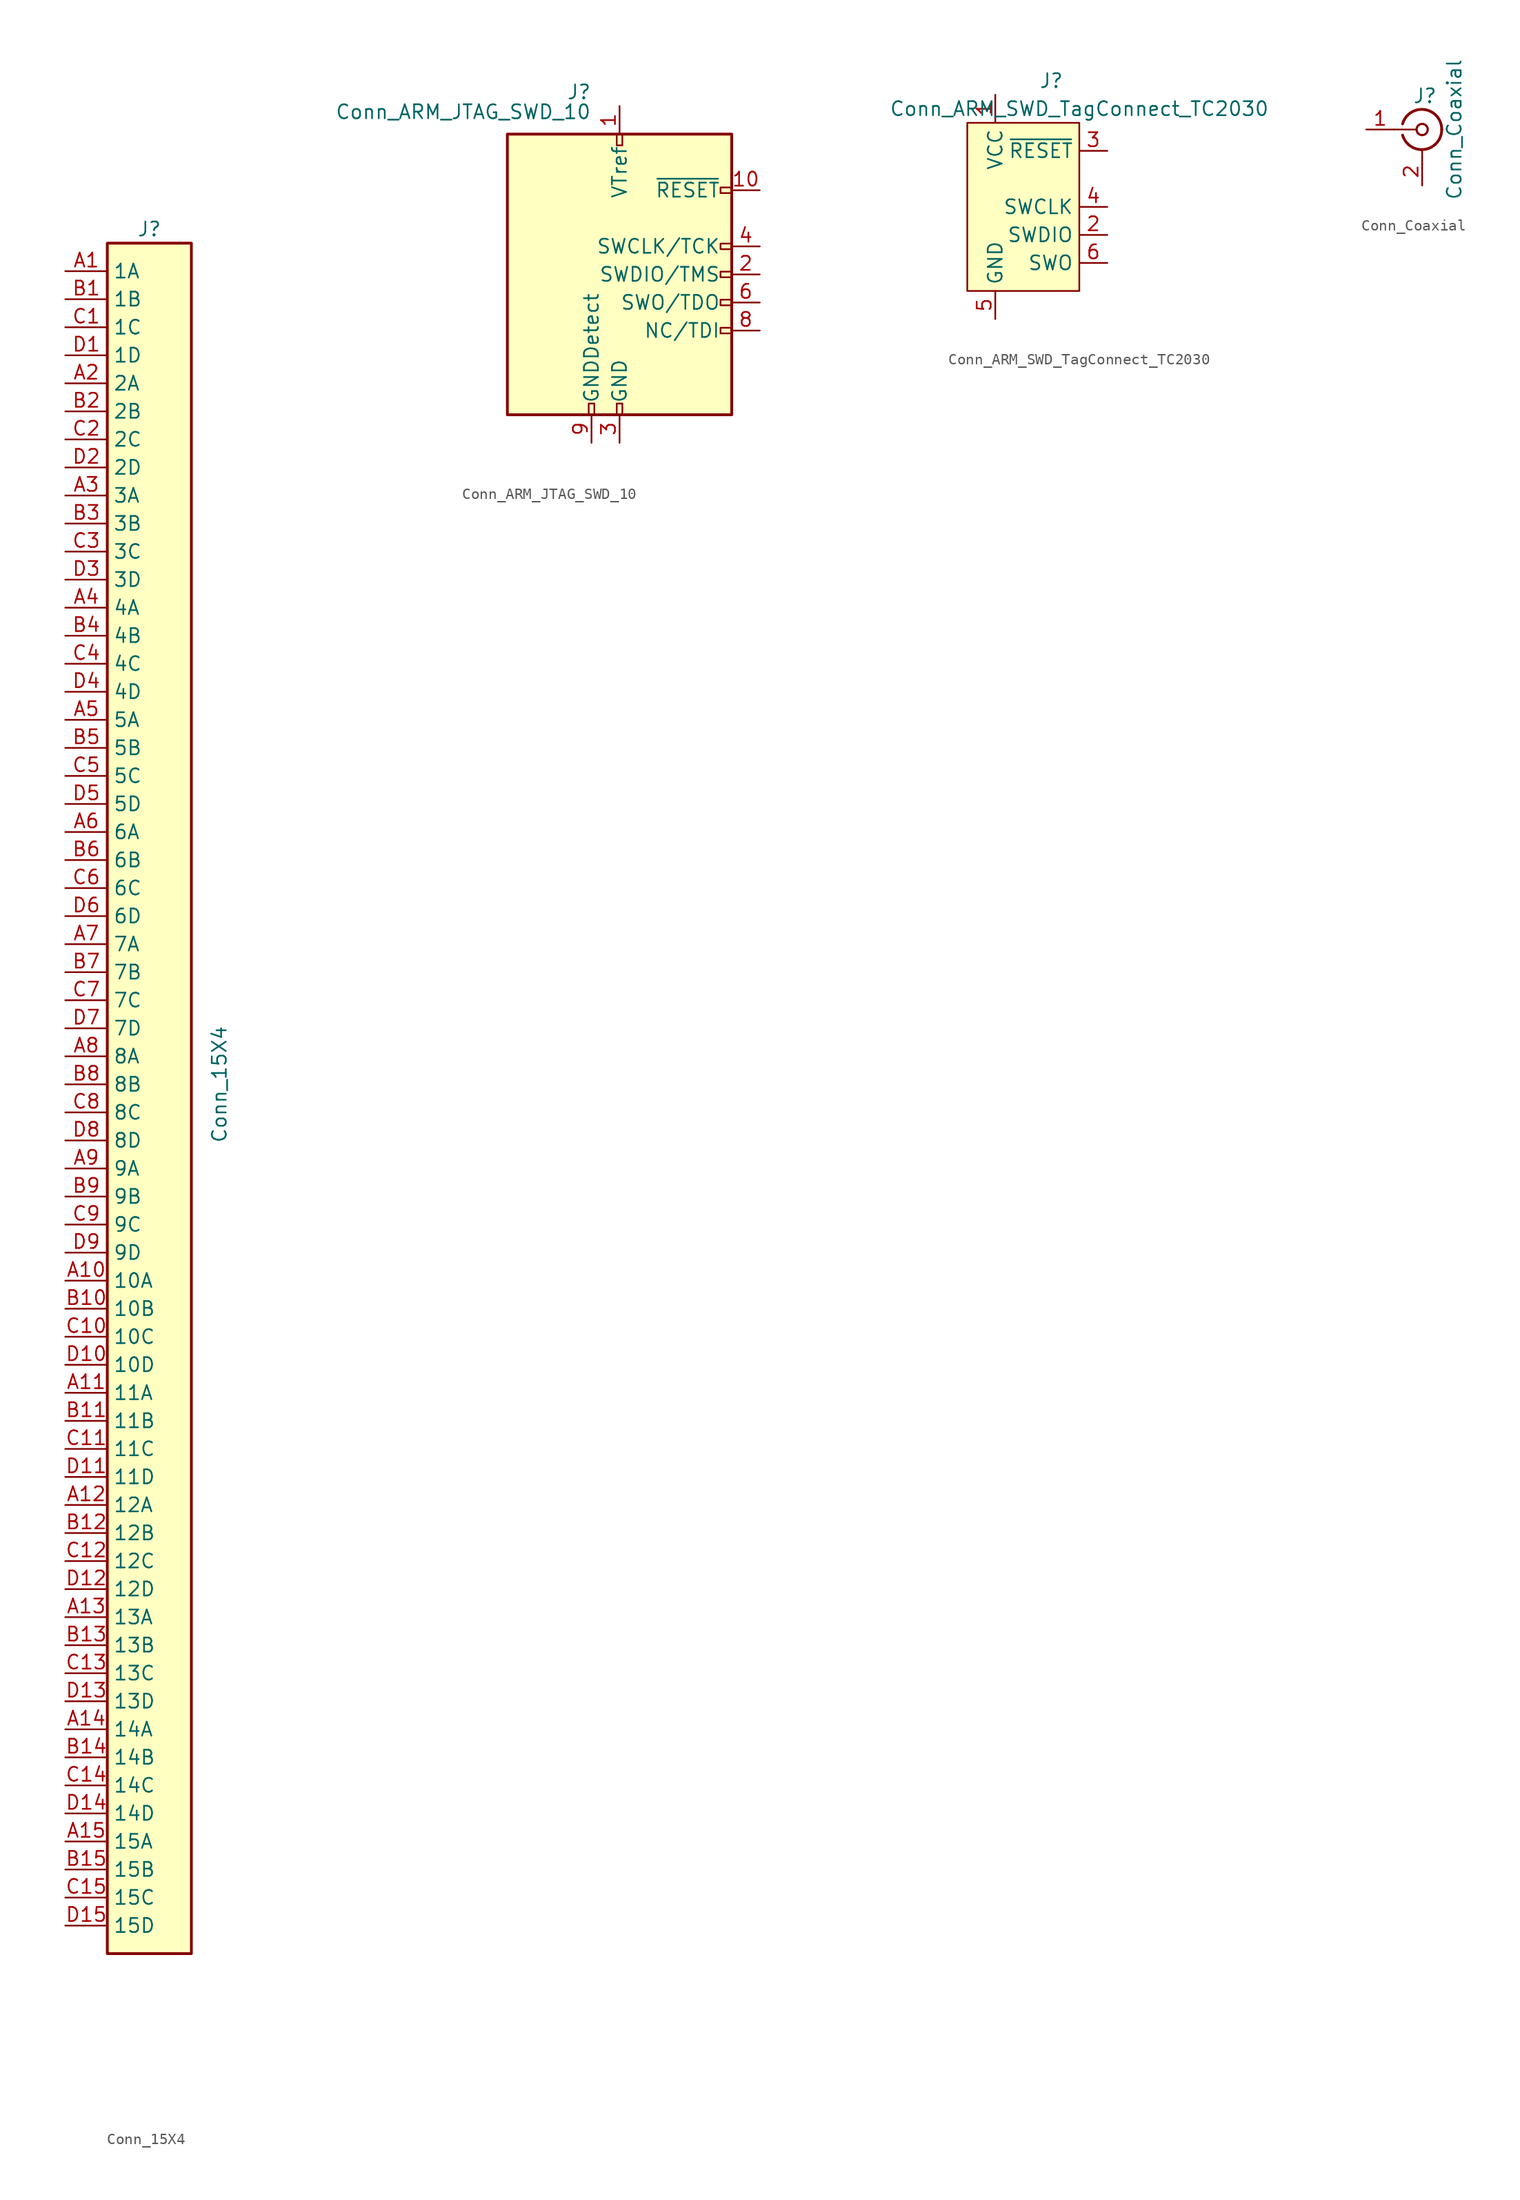
<source format=kicad_sym>
(kicad_symbol_lib
  (version 20220914)
  (generator kicad_symbol_editor)
  (symbol "Conn_15X4"
    (property "Reference" "J"
      (at 0 80.01 0)
      (effects (font (size 1.27 1.27))))
    (property "Value" "Conn_15X4"
      (at 6.35 2.54 90)
      (effects (font (size 1.27 1.27))))
    (symbol "Conn_15X4_0_1"
      (rectangle (start 3.81 -76.2) (end -3.81 78.74) (stroke (width 0.254) (type default)) (fill (type background))))
    (symbol "Conn_15X4_1_1"
      (pin passive line (at -7.62 76.2 0) (length 3.81) (name "1A" (effects (font (size 1.27 1.27)))) (number "A1" (effects (font (size 1.27 1.27)))))
      (pin passive line (at -7.62 -15.24 0) (length 3.81) (name "10A" (effects (font (size 1.27 1.27)))) (number "A10" (effects (font (size 1.27 1.27)))))
      (pin passive line (at -7.62 -25.4 0) (length 3.81) (name "11A" (effects (font (size 1.27 1.27)))) (number "A11" (effects (font (size 1.27 1.27)))))
      (pin passive line (at -7.62 -35.56 0) (length 3.81) (name "12A" (effects (font (size 1.27 1.27)))) (number "A12" (effects (font (size 1.27 1.27)))))
      (pin passive line (at -7.62 -45.72 0) (length 3.81) (name "13A" (effects (font (size 1.27 1.27)))) (number "A13" (effects (font (size 1.27 1.27)))))
      (pin passive line (at -7.62 -55.88 0) (length 3.81) (name "14A" (effects (font (size 1.27 1.27)))) (number "A14" (effects (font (size 1.27 1.27)))))
      (pin passive line (at -7.62 -66.04 0) (length 3.81) (name "15A" (effects (font (size 1.27 1.27)))) (number "A15" (effects (font (size 1.27 1.27)))))
      (pin passive line (at -7.62 66.04 0) (length 3.81) (name "2A" (effects (font (size 1.27 1.27)))) (number "A2" (effects (font (size 1.27 1.27)))))
      (pin passive line (at -7.62 55.88 0) (length 3.81) (name "3A" (effects (font (size 1.27 1.27)))) (number "A3" (effects (font (size 1.27 1.27)))))
      (pin passive line (at -7.62 45.72 0) (length 3.81) (name "4A" (effects (font (size 1.27 1.27)))) (number "A4" (effects (font (size 1.27 1.27)))))
      (pin passive line (at -7.62 35.56 0) (length 3.81) (name "5A" (effects (font (size 1.27 1.27)))) (number "A5" (effects (font (size 1.27 1.27)))))
      (pin passive line (at -7.62 25.4 0) (length 3.81) (name "6A" (effects (font (size 1.27 1.27)))) (number "A6" (effects (font (size 1.27 1.27)))))
      (pin passive line (at -7.62 15.24 0) (length 3.81) (name "7A" (effects (font (size 1.27 1.27)))) (number "A7" (effects (font (size 1.27 1.27)))))
      (pin passive line (at -7.62 5.08 0) (length 3.81) (name "8A" (effects (font (size 1.27 1.27)))) (number "A8" (effects (font (size 1.27 1.27)))))
      (pin passive line (at -7.62 -5.08 0) (length 3.81) (name "9A" (effects (font (size 1.27 1.27)))) (number "A9" (effects (font (size 1.27 1.27)))))
      (pin passive line (at -7.62 73.66 0) (length 3.81) (name "1B" (effects (font (size 1.27 1.27)))) (number "B1" (effects (font (size 1.27 1.27)))))
      (pin passive line (at -7.62 -17.78 0) (length 3.81) (name "10B" (effects (font (size 1.27 1.27)))) (number "B10" (effects (font (size 1.27 1.27)))))
      (pin passive line (at -7.62 -27.94 0) (length 3.81) (name "11B" (effects (font (size 1.27 1.27)))) (number "B11" (effects (font (size 1.27 1.27)))))
      (pin passive line (at -7.62 -38.1 0) (length 3.81) (name "12B" (effects (font (size 1.27 1.27)))) (number "B12" (effects (font (size 1.27 1.27)))))
      (pin passive line (at -7.62 -48.26 0) (length 3.81) (name "13B" (effects (font (size 1.27 1.27)))) (number "B13" (effects (font (size 1.27 1.27)))))
      (pin passive line (at -7.62 -58.42 0) (length 3.81) (name "14B" (effects (font (size 1.27 1.27)))) (number "B14" (effects (font (size 1.27 1.27)))))
      (pin passive line (at -7.62 -68.58 0) (length 3.81) (name "15B" (effects (font (size 1.27 1.27)))) (number "B15" (effects (font (size 1.27 1.27)))))
      (pin passive line (at -7.62 63.5 0) (length 3.81) (name "2B" (effects (font (size 1.27 1.27)))) (number "B2" (effects (font (size 1.27 1.27)))))
      (pin passive line (at -7.62 53.34 0) (length 3.81) (name "3B" (effects (font (size 1.27 1.27)))) (number "B3" (effects (font (size 1.27 1.27)))))
      (pin passive line (at -7.62 43.18 0) (length 3.81) (name "4B" (effects (font (size 1.27 1.27)))) (number "B4" (effects (font (size 1.27 1.27)))))
      (pin passive line (at -7.62 33.02 0) (length 3.81) (name "5B" (effects (font (size 1.27 1.27)))) (number "B5" (effects (font (size 1.27 1.27)))))
      (pin passive line (at -7.62 22.86 0) (length 3.81) (name "6B" (effects (font (size 1.27 1.27)))) (number "B6" (effects (font (size 1.27 1.27)))))
      (pin passive line (at -7.62 12.7 0) (length 3.81) (name "7B" (effects (font (size 1.27 1.27)))) (number "B7" (effects (font (size 1.27 1.27)))))
      (pin passive line (at -7.62 2.54 0) (length 3.81) (name "8B" (effects (font (size 1.27 1.27)))) (number "B8" (effects (font (size 1.27 1.27)))))
      (pin passive line (at -7.62 -7.62 0) (length 3.81) (name "9B" (effects (font (size 1.27 1.27)))) (number "B9" (effects (font (size 1.27 1.27)))))
      (pin passive line (at -7.62 71.12 0) (length 3.81) (name "1C" (effects (font (size 1.27 1.27)))) (number "C1" (effects (font (size 1.27 1.27)))))
      (pin passive line (at -7.62 -20.32 0) (length 3.81) (name "10C" (effects (font (size 1.27 1.27)))) (number "C10" (effects (font (size 1.27 1.27)))))
      (pin passive line (at -7.62 -30.48 0) (length 3.81) (name "11C" (effects (font (size 1.27 1.27)))) (number "C11" (effects (font (size 1.27 1.27)))))
      (pin passive line (at -7.62 -40.64 0) (length 3.81) (name "12C" (effects (font (size 1.27 1.27)))) (number "C12" (effects (font (size 1.27 1.27)))))
      (pin passive line (at -7.62 -50.8 0) (length 3.81) (name "13C" (effects (font (size 1.27 1.27)))) (number "C13" (effects (font (size 1.27 1.27)))))
      (pin passive line (at -7.62 -60.96 0) (length 3.81) (name "14C" (effects (font (size 1.27 1.27)))) (number "C14" (effects (font (size 1.27 1.27)))))
      (pin passive line (at -7.62 -71.12 0) (length 3.81) (name "15C" (effects (font (size 1.27 1.27)))) (number "C15" (effects (font (size 1.27 1.27)))))
      (pin passive line (at -7.62 60.96 0) (length 3.81) (name "2C" (effects (font (size 1.27 1.27)))) (number "C2" (effects (font (size 1.27 1.27)))))
      (pin passive line (at -7.62 50.8 0) (length 3.81) (name "3C" (effects (font (size 1.27 1.27)))) (number "C3" (effects (font (size 1.27 1.27)))))
      (pin passive line (at -7.62 40.64 0) (length 3.81) (name "4C" (effects (font (size 1.27 1.27)))) (number "C4" (effects (font (size 1.27 1.27)))))
      (pin passive line (at -7.62 30.48 0) (length 3.81) (name "5C" (effects (font (size 1.27 1.27)))) (number "C5" (effects (font (size 1.27 1.27)))))
      (pin passive line (at -7.62 20.32 0) (length 3.81) (name "6C" (effects (font (size 1.27 1.27)))) (number "C6" (effects (font (size 1.27 1.27)))))
      (pin passive line (at -7.62 10.16 0) (length 3.81) (name "7C" (effects (font (size 1.27 1.27)))) (number "C7" (effects (font (size 1.27 1.27)))))
      (pin passive line (at -7.62 0 0) (length 3.81) (name "8C" (effects (font (size 1.27 1.27)))) (number "C8" (effects (font (size 1.27 1.27)))))
      (pin passive line (at -7.62 -10.16 0) (length 3.81) (name "9C" (effects (font (size 1.27 1.27)))) (number "C9" (effects (font (size 1.27 1.27)))))
      (pin passive line (at -7.62 68.58 0) (length 3.81) (name "1D" (effects (font (size 1.27 1.27)))) (number "D1" (effects (font (size 1.27 1.27)))))
      (pin passive line (at -7.62 -22.86 0) (length 3.81) (name "10D" (effects (font (size 1.27 1.27)))) (number "D10" (effects (font (size 1.27 1.27)))))
      (pin passive line (at -7.62 -33.02 0) (length 3.81) (name "11D" (effects (font (size 1.27 1.27)))) (number "D11" (effects (font (size 1.27 1.27)))))
      (pin passive line (at -7.62 -43.18 0) (length 3.81) (name "12D" (effects (font (size 1.27 1.27)))) (number "D12" (effects (font (size 1.27 1.27)))))
      (pin passive line (at -7.62 -53.34 0) (length 3.81) (name "13D" (effects (font (size 1.27 1.27)))) (number "D13" (effects (font (size 1.27 1.27)))))
      (pin passive line (at -7.62 -63.5 0) (length 3.81) (name "14D" (effects (font (size 1.27 1.27)))) (number "D14" (effects (font (size 1.27 1.27)))))
      (pin passive line (at -7.62 -73.66 0) (length 3.81) (name "15D" (effects (font (size 1.27 1.27)))) (number "D15" (effects (font (size 1.27 1.27)))))
      (pin passive line (at -7.62 58.42 0) (length 3.81) (name "2D" (effects (font (size 1.27 1.27)))) (number "D2" (effects (font (size 1.27 1.27)))))
      (pin passive line (at -7.62 48.26 0) (length 3.81) (name "3D" (effects (font (size 1.27 1.27)))) (number "D3" (effects (font (size 1.27 1.27)))))
      (pin passive line (at -7.62 38.1 0) (length 3.81) (name "4D" (effects (font (size 1.27 1.27)))) (number "D4" (effects (font (size 1.27 1.27)))))
      (pin passive line (at -7.62 27.94 0) (length 3.81) (name "5D" (effects (font (size 1.27 1.27)))) (number "D5" (effects (font (size 1.27 1.27)))))
      (pin passive line (at -7.62 17.78 0) (length 3.81) (name "6D" (effects (font (size 1.27 1.27)))) (number "D6" (effects (font (size 1.27 1.27)))))
      (pin passive line (at -7.62 7.62 0) (length 3.81) (name "7D" (effects (font (size 1.27 1.27)))) (number "D7" (effects (font (size 1.27 1.27)))))
      (pin passive line (at -7.62 -2.54 0) (length 3.81) (name "8D" (effects (font (size 1.27 1.27)))) (number "D8" (effects (font (size 1.27 1.27)))))
      (pin passive line (at -7.62 -12.7 0) (length 3.81) (name "9D" (effects (font (size 1.27 1.27)))) (number "D9" (effects (font (size 1.27 1.27)))))))
  (symbol "Conn_ARM_JTAG_SWD_10"
    (pin_names
      (offset 1.016))
    (property "Reference" "J"
      (at -2.54 16.51 0)
      (effects (font (size 1.27 1.27)) (justify right)))
    (property "Value" "Conn_ARM_JTAG_SWD_10"
      (at -2.54 13.97 0)
      (effects (font (size 1.27 1.27)) (justify right bottom)))
    (symbol "Conn_ARM_JTAG_SWD_10_0_1"
      (rectangle (start -10.16 12.7) (end 10.16 -12.7) (stroke (width 0.254) (type default)) (fill (type background)))
      (rectangle (start -2.794 -12.7) (end -2.286 -11.684) (stroke (width 0) (type default)) (fill (type none)))
      (rectangle (start -0.254 -12.7) (end 0.254 -11.684) (stroke (width 0) (type default)) (fill (type none)))
      (rectangle (start -0.254 12.7) (end 0.254 11.684) (stroke (width 0) (type default)) (fill (type none)))
      (rectangle (start 9.144 2.286) (end 10.16 2.794) (stroke (width 0) (type default)) (fill (type none)))
      (rectangle (start 10.16 -2.794) (end 9.144 -2.286) (stroke (width 0) (type default)) (fill (type none)))
      (rectangle (start 10.16 -0.254) (end 9.144 0.254) (stroke (width 0) (type default)) (fill (type none)))
      (rectangle (start 10.16 7.874) (end 9.144 7.366) (stroke (width 0) (type default)) (fill (type none))))
    (symbol "Conn_ARM_JTAG_SWD_10_1_1"
      (rectangle (start 9.144 -5.334) (end 10.16 -4.826) (stroke (width 0) (type default)) (fill (type none)))
      (pin power_in line (at 0 15.24 270) (length 2.54) (name "VTref" (effects (font (size 1.27 1.27)))) (number "1" (effects (font (size 1.27 1.27)))))
      (pin open_collector line (at 12.7 7.62 180) (length 2.54) (name "~{RESET}" (effects (font (size 1.27 1.27)))) (number "10" (effects (font (size 1.27 1.27)))))
      (pin bidirectional line (at 12.7 0 180) (length 2.54) (name "SWDIO/TMS" (effects (font (size 1.27 1.27)))) (number "2" (effects (font (size 1.27 1.27)))))
      (pin power_in line (at 0 -15.24 90) (length 2.54) (name "GND" (effects (font (size 1.27 1.27)))) (number "3" (effects (font (size 1.27 1.27)))))
      (pin output line (at 12.7 2.54 180) (length 2.54) (name "SWCLK/TCK" (effects (font (size 1.27 1.27)))) (number "4" (effects (font (size 1.27 1.27)))))
      (pin passive line (at 0 -15.24 90) (length 2.54) hide (name "GND" (effects (font (size 1.27 1.27)))) (number "5" (effects (font (size 1.27 1.27)))))
      (pin input line (at 12.7 -2.54 180) (length 2.54) (name "SWO/TDO" (effects (font (size 1.27 1.27)))) (number "6" (effects (font (size 1.27 1.27)))))
      (pin no_connect line (at -10.16 0 0) (length 2.54) hide (name "KEY" (effects (font (size 1.27 1.27)))) (number "7" (effects (font (size 1.27 1.27)))))
      (pin output line (at 12.7 -5.08 180) (length 2.54) (name "NC/TDI" (effects (font (size 1.27 1.27)))) (number "8" (effects (font (size 1.27 1.27)))))
      (pin passive line (at -2.54 -15.24 90) (length 2.54) (name "GNDDetect" (effects (font (size 1.27 1.27)))) (number "9" (effects (font (size 1.27 1.27)))))))
  (symbol "Conn_ARM_SWD_TagConnect_TC2030"
    (property "Reference" "J"
      (at 2.54 11.43 0)
      (effects (font (size 1.27 1.27))))
    (property "Value" "Conn_ARM_SWD_TagConnect_TC2030"
      (at 5.08 8.89 0)
      (effects (font (size 1.27 1.27))))
    (symbol "Conn_ARM_SWD_TagConnect_TC2030_0_0"
      (pin power_in line (at -2.54 10.16 270) (length 2.54) (name "VCC" (effects (font (size 1.27 1.27)))) (number "1" (effects (font (size 1.27 1.27)))))
      (pin bidirectional line (at 7.62 -2.54 180) (length 2.54) (name "SWDIO" (effects (font (size 1.27 1.27)))) (number "2" (effects (font (size 1.27 1.27)))) (alternate "TMS" bidirectional line))
      (pin open_collector line (at 7.62 5.08 180) (length 2.54) (name "~{RESET}" (effects (font (size 1.27 1.27)))) (number "3" (effects (font (size 1.27 1.27)))))
      (pin output line (at 7.62 0 180) (length 2.54) (name "SWCLK" (effects (font (size 1.27 1.27)))) (number "4" (effects (font (size 1.27 1.27)))) (alternate "TCK" output line))
      (pin power_in line (at -2.54 -10.16 90) (length 2.54) (name "GND" (effects (font (size 1.27 1.27)))) (number "5" (effects (font (size 1.27 1.27)))))
      (pin input line (at 7.62 -5.08 180) (length 2.54) (name "SWO" (effects (font (size 1.27 1.27)))) (number "6" (effects (font (size 1.27 1.27)))) (alternate "TDO" input line)))
    (symbol "Conn_ARM_SWD_TagConnect_TC2030_0_1"
      (rectangle (start -5.08 7.62) (end 5.08 -7.62) (stroke (width 0) (type default)) (fill (type background)))))
  (symbol "Conn_Coaxial"
    (pin_names
      (offset 1.016) hide)
    (property "Reference" "J"
      (at 0.254 3.048 0)
      (effects (font (size 1.27 1.27))))
    (property "Value" "Conn_Coaxial"
      (at 2.921 0 90)
      (effects (font (size 1.27 1.27))))
    (symbol "Conn_Coaxial_0_1"
      (arc (start -1.778 -0.508) (mid 0.2311 -1.8066) (end 1.778 0) (stroke (width 0.254) (type default)) (fill (type none)))
      (polyline (pts (xy -2.54 0) (xy -0.508 0)) (stroke (width 0) (type default)) (fill (type none)))
      (polyline (pts (xy 0 -2.54) (xy 0 -1.778)) (stroke (width 0) (type default)) (fill (type none)))
      (circle (center 0 0) (radius 0.508) (stroke (width 0.203) (type default)) (fill (type none)))
      (arc (start 1.778 0) (mid 0.2099 1.8101) (end -1.778 0.508) (stroke (width 0.254) (type default)) (fill (type none))))
    (symbol "Conn_Coaxial_1_1"
      (pin passive line (at -5.08 0 0) (length 2.54) (name "In" (effects (font (size 1.27 1.27)))) (number "1" (effects (font (size 1.27 1.27)))))
      (pin passive line (at 0 -5.08 90) (length 2.54) (name "Ext" (effects (font (size 1.27 1.27)))) (number "2" (effects (font (size 1.27 1.27))))))))
</source>
